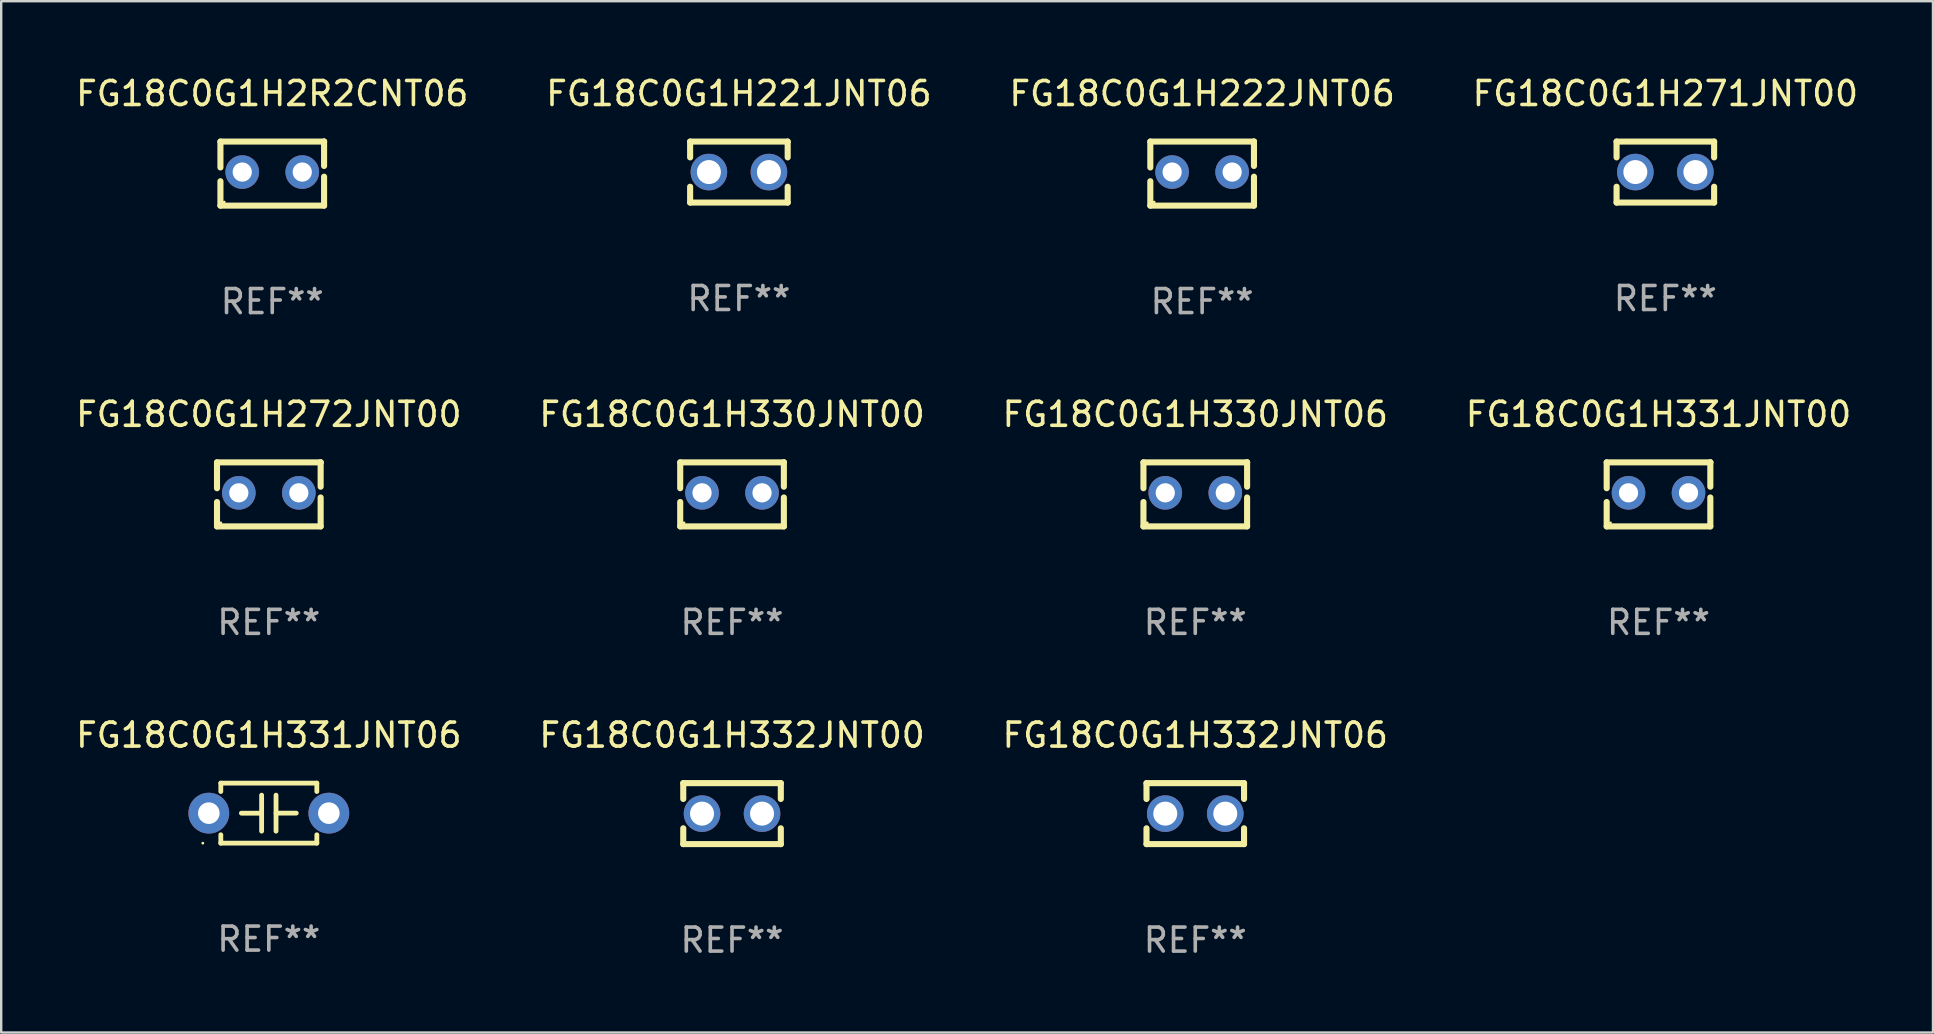
<source format=kicad_pcb>
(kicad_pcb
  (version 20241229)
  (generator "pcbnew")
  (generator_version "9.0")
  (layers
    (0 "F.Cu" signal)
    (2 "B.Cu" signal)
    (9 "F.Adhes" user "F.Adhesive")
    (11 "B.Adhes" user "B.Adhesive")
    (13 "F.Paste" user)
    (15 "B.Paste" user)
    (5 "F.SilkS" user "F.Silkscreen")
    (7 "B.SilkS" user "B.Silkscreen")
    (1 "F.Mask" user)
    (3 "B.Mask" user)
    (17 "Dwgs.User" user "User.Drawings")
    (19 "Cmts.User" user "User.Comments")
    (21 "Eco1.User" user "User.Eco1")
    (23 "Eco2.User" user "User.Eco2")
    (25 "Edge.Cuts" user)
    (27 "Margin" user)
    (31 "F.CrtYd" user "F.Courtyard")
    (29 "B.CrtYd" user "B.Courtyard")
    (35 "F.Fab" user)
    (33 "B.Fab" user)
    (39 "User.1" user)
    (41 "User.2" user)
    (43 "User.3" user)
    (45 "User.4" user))
  (footprint "FG18C0G1H330JNT06"
    (layer "F.Cu")
    (at 46.744 17.545)
    (property "Reference" "FG18C0G1H330JNT06" (at 0 -3.334 0) (layer "F.SilkS") (effects (font (size 1 1) (thickness 0.15))))
    (attr through_hole)
    (fp_line (start -2.159 -1.334) (end 2.159 -1.334) (stroke (width 0.254) (type solid)) (layer "F.SilkS"))
    (fp_line (start -2.159 -0.256) (end -2.159 -1.334) (stroke (width 0.254) (type solid)) (layer "F.SilkS"))
    (fp_line (start -2.159 1.334) (end -2.159 0.318) (stroke (width 0.254) (type solid)) (layer "F.SilkS"))
    (fp_line (start 2.159 -1.334) (end 2.159 -1.334) (stroke (width 0.254) (type solid)) (layer "F.SilkS"))
    (fp_line (start 2.159 -1.334) (end 2.159 -0.318) (stroke (width 0.254) (type solid)) (layer "F.SilkS"))
    (fp_line (start 2.159 0.129) (end 2.159 1.334) (stroke (width 0.254) (type solid)) (layer "F.SilkS"))
    (fp_line (start 2.159 1.334) (end -2.159 1.334) (stroke (width 0.254) (type solid)) (layer "F.SilkS"))
    (fp_circle (center -2 1.186) (end -1.97 1.186) (stroke (width 0.06) (type solid)) (fill no) (layer "F.SilkS"))
    (fp_text user "REF**" (at 0 5.334 0) (layer "F.Fab") (effects (font (size 1 1) (thickness 0.15))))
    (pad "1" thru_hole circle (at -1.25 -0.064) (size 1.4 1.4) (drill 0.8) (layers "*.Cu" "*.Mask"))
    (pad "2" thru_hole circle (at 1.25 -0.064) (size 1.4 1.4) (drill 0.8) (layers "*.Cu" "*.Mask")))
  (footprint "FG18C0G1H331JNT00"
    (layer "F.Cu")
    (at 66.042 17.545)
    (property "Reference" "FG18C0G1H331JNT00" (at 0 -3.334 0) (layer "F.SilkS") (effects (font (size 1 1) (thickness 0.15))))
    (attr through_hole)
    (fp_line (start -2.159 -1.334) (end 2.159 -1.334) (stroke (width 0.254) (type solid)) (layer "F.SilkS"))
    (fp_line (start -2.159 -0.256) (end -2.159 -1.334) (stroke (width 0.254) (type solid)) (layer "F.SilkS"))
    (fp_line (start -2.159 1.334) (end -2.159 0.318) (stroke (width 0.254) (type solid)) (layer "F.SilkS"))
    (fp_line (start 2.159 -1.334) (end 2.159 -1.334) (stroke (width 0.254) (type solid)) (layer "F.SilkS"))
    (fp_line (start 2.159 -1.334) (end 2.159 -0.318) (stroke (width 0.254) (type solid)) (layer "F.SilkS"))
    (fp_line (start 2.159 0.129) (end 2.159 1.334) (stroke (width 0.254) (type solid)) (layer "F.SilkS"))
    (fp_line (start 2.159 1.334) (end -2.159 1.334) (stroke (width 0.254) (type solid)) (layer "F.SilkS"))
    (fp_circle (center -2 1.186) (end -1.97 1.186) (stroke (width 0.06) (type solid)) (fill no) (layer "F.SilkS"))
    (fp_text user "REF**" (at 0 5.334 0) (layer "F.Fab") (effects (font (size 1 1) (thickness 0.15))))
    (pad "1" thru_hole circle (at -1.25 -0.064) (size 1.4 1.4) (drill 0.8) (layers "*.Cu" "*.Mask"))
    (pad "2" thru_hole circle (at 1.25 -0.064) (size 1.4 1.4) (drill 0.8) (layers "*.Cu" "*.Mask")))
  (footprint "FG18C0G1H272JNT00"
    (layer "F.Cu")
    (at 8.149 17.545)
    (property "Reference" "FG18C0G1H272JNT00" (at 0 -3.334 0) (layer "F.SilkS") (effects (font (size 1 1) (thickness 0.15))))
    (attr through_hole)
    (fp_line (start -2.159 -1.334) (end 2.159 -1.334) (stroke (width 0.254) (type solid)) (layer "F.SilkS"))
    (fp_line (start -2.159 -0.256) (end -2.159 -1.334) (stroke (width 0.254) (type solid)) (layer "F.SilkS"))
    (fp_line (start -2.159 1.334) (end -2.159 0.318) (stroke (width 0.254) (type solid)) (layer "F.SilkS"))
    (fp_line (start 2.159 -1.334) (end 2.159 -1.334) (stroke (width 0.254) (type solid)) (layer "F.SilkS"))
    (fp_line (start 2.159 -1.334) (end 2.159 -0.318) (stroke (width 0.254) (type solid)) (layer "F.SilkS"))
    (fp_line (start 2.159 0.129) (end 2.159 1.334) (stroke (width 0.254) (type solid)) (layer "F.SilkS"))
    (fp_line (start 2.159 1.334) (end -2.159 1.334) (stroke (width 0.254) (type solid)) (layer "F.SilkS"))
    (fp_circle (center -2 1.186) (end -1.97 1.186) (stroke (width 0.06) (type solid)) (fill no) (layer "F.SilkS"))
    (fp_text user "REF**" (at 0 5.334 0) (layer "F.Fab") (effects (font (size 1 1) (thickness 0.15))))
    (pad "1" thru_hole circle (at -1.25 -0.064) (size 1.4 1.4) (drill 0.8) (layers "*.Cu" "*.Mask"))
    (pad "2" thru_hole circle (at 1.25 -0.064) (size 1.4 1.4) (drill 0.8) (layers "*.Cu" "*.Mask")))
  (footprint "FG18C0G1H331JNT06"
    (layer "F.Cu")
    (at 8.149 30.825)
    (property "Reference" "FG18C0G1H331JNT06" (at 0 -3.25 0) (layer "F.SilkS") (effects (font (size 1 1) (thickness 0.15))))
    (attr through_hole)
    (fp_line (start -2 -1.25) (end -2 -0.901) (stroke (width 0.2) (type solid)) (layer "F.SilkS"))
    (fp_line (start -2 -1.25) (end 2 -1.25) (stroke (width 0.2) (type solid)) (layer "F.SilkS"))
    (fp_line (start -2 0.901) (end -2 1.25) (stroke (width 0.2) (type solid)) (layer "F.SilkS"))
    (fp_line (start -0.3 -0.75) (end -0.3 0.75) (stroke (width 0.2) (type solid)) (layer "F.SilkS"))
    (fp_line (start -0.3 0.001) (end -1.143 0.001) (stroke (width 0.2) (type solid)) (layer "F.SilkS"))
    (fp_line (start 0.3 -0.001) (end 1.143 -0.001) (stroke (width 0.2) (type solid)) (layer "F.SilkS"))
    (fp_line (start 0.3 0.75) (end 0.3 -0.75) (stroke (width 0.2) (type solid)) (layer "F.SilkS"))
    (fp_line (start 2 -1.25) (end 2 -0.901) (stroke (width 0.2) (type solid)) (layer "F.SilkS"))
    (fp_line (start 2 0.901) (end 2 1.25) (stroke (width 0.2) (type solid)) (layer "F.SilkS"))
    (fp_line (start 2 1.25) (end -2 1.25) (stroke (width 0.2) (type solid)) (layer "F.SilkS"))
    (fp_circle (center -2.75 1.25) (end -2.72 1.25) (stroke (width 0.06) (type solid)) (fill no) (layer "F.SilkS"))
    (fp_text user "REF**" (at 0 5.25 0) (layer "F.Fab") (effects (font (size 1 1) (thickness 0.15))))
    (pad "1" thru_hole circle (at -2.5 0) (size 1.7 1.7) (drill 0.9) (layers "*.Cu" "*.Mask"))
    (pad "2" thru_hole circle (at 2.5 0) (size 1.7 1.7) (drill 0.9) (layers "*.Cu" "*.Mask")))
  (footprint "FG18C0G1H221JNT06"
    (layer "F.Cu")
    (at 27.732 4.118)
    (property "Reference" "FG18C0G1H221JNT06" (at 0 -3.27 0) (layer "F.SilkS") (effects (font (size 1 1) (thickness 0.15))))
    (attr through_hole)
    (fp_line (start -2.032 -1.27) (end -2.032 -0.611) (stroke (width 0.254) (type solid)) (layer "F.SilkS"))
    (fp_line (start -2.032 0.611) (end -2.032 1.27) (stroke (width 0.254) (type solid)) (layer "F.SilkS"))
    (fp_line (start -2.032 1.27) (end 2.032 1.27) (stroke (width 0.254) (type solid)) (layer "F.SilkS"))
    (fp_line (start 2.032 -1.27) (end -2.032 -1.27) (stroke (width 0.254) (type solid)) (layer "F.SilkS"))
    (fp_line (start 2.032 -0.611) (end 2.032 -1.27) (stroke (width 0.254) (type solid)) (layer "F.SilkS"))
    (fp_line (start 2.032 1.27) (end 2.032 0.611) (stroke (width 0.254) (type solid)) (layer "F.SilkS"))
    (fp_circle (center -2 1.25) (end -1.97 1.25) (stroke (width 0.06) (type solid)) (fill no) (layer "F.SilkS"))
    (fp_text user "REF**" (at 0 5.27 0) (layer "F.Fab") (effects (font (size 1 1) (thickness 0.15))))
    (pad "1" thru_hole circle (at -1.25 0) (size 1.524 1.524) (drill 1) (layers "*.Cu" "*.Mask"))
    (pad "2" thru_hole circle (at 1.25 0) (size 1.524 1.524) (drill 1) (layers "*.Cu" "*.Mask")))
  (footprint "FG18C0G1H332JNT00"
    (layer "F.Cu")
    (at 27.446 30.845)
    (property "Reference" "FG18C0G1H332JNT00" (at 0 -3.27 0) (layer "F.SilkS") (effects (font (size 1 1) (thickness 0.15))))
    (attr through_hole)
    (fp_line (start -2.032 -1.27) (end -2.032 -0.611) (stroke (width 0.254) (type solid)) (layer "F.SilkS"))
    (fp_line (start -2.032 0.611) (end -2.032 1.27) (stroke (width 0.254) (type solid)) (layer "F.SilkS"))
    (fp_line (start -2.032 1.27) (end 2.032 1.27) (stroke (width 0.254) (type solid)) (layer "F.SilkS"))
    (fp_line (start 2.032 -1.27) (end -2.032 -1.27) (stroke (width 0.254) (type solid)) (layer "F.SilkS"))
    (fp_line (start 2.032 -0.611) (end 2.032 -1.27) (stroke (width 0.254) (type solid)) (layer "F.SilkS"))
    (fp_line (start 2.032 1.27) (end 2.032 0.611) (stroke (width 0.254) (type solid)) (layer "F.SilkS"))
    (fp_circle (center -2 1.25) (end -1.97 1.25) (stroke (width 0.06) (type solid)) (fill no) (layer "F.SilkS"))
    (fp_text user "REF**" (at 0 5.27 0) (layer "F.Fab") (effects (font (size 1 1) (thickness 0.15))))
    (pad "1" thru_hole circle (at -1.25 0) (size 1.524 1.524) (drill 1) (layers "*.Cu" "*.Mask"))
    (pad "2" thru_hole circle (at 1.25 0) (size 1.524 1.524) (drill 1) (layers "*.Cu" "*.Mask")))
  (footprint "FG18C0G1H330JNT00"
    (layer "F.Cu")
    (at 27.446 17.545)
    (property "Reference" "FG18C0G1H330JNT00" (at 0 -3.334 0) (layer "F.SilkS") (effects (font (size 1 1) (thickness 0.15))))
    (attr through_hole)
    (fp_line (start -2.159 -1.334) (end 2.159 -1.334) (stroke (width 0.254) (type solid)) (layer "F.SilkS"))
    (fp_line (start -2.159 -0.256) (end -2.159 -1.334) (stroke (width 0.254) (type solid)) (layer "F.SilkS"))
    (fp_line (start -2.159 1.334) (end -2.159 0.318) (stroke (width 0.254) (type solid)) (layer "F.SilkS"))
    (fp_line (start 2.159 -1.334) (end 2.159 -1.334) (stroke (width 0.254) (type solid)) (layer "F.SilkS"))
    (fp_line (start 2.159 -1.334) (end 2.159 -0.318) (stroke (width 0.254) (type solid)) (layer "F.SilkS"))
    (fp_line (start 2.159 0.129) (end 2.159 1.334) (stroke (width 0.254) (type solid)) (layer "F.SilkS"))
    (fp_line (start 2.159 1.334) (end -2.159 1.334) (stroke (width 0.254) (type solid)) (layer "F.SilkS"))
    (fp_circle (center -2 1.186) (end -1.97 1.186) (stroke (width 0.06) (type solid)) (fill no) (layer "F.SilkS"))
    (fp_text user "REF**" (at 0 5.334 0) (layer "F.Fab") (effects (font (size 1 1) (thickness 0.15))))
    (pad "1" thru_hole circle (at -1.25 -0.064) (size 1.4 1.4) (drill 0.8) (layers "*.Cu" "*.Mask"))
    (pad "2" thru_hole circle (at 1.25 -0.064) (size 1.4 1.4) (drill 0.8) (layers "*.Cu" "*.Mask")))
  (footprint "FG18C0G1H2R2CNT06"
    (layer "F.Cu")
    (at 8.292 4.182)
    (property "Reference" "FG18C0G1H2R2CNT06" (at 0 -3.334 0) (layer "F.SilkS") (effects (font (size 1 1) (thickness 0.15))))
    (attr through_hole)
    (fp_line (start -2.159 -1.334) (end 2.159 -1.334) (stroke (width 0.254) (type solid)) (layer "F.SilkS"))
    (fp_line (start -2.159 -0.256) (end -2.159 -1.334) (stroke (width 0.254) (type solid)) (layer "F.SilkS"))
    (fp_line (start -2.159 1.334) (end -2.159 0.318) (stroke (width 0.254) (type solid)) (layer "F.SilkS"))
    (fp_line (start 2.159 -1.334) (end 2.159 -1.334) (stroke (width 0.254) (type solid)) (layer "F.SilkS"))
    (fp_line (start 2.159 -1.334) (end 2.159 -0.318) (stroke (width 0.254) (type solid)) (layer "F.SilkS"))
    (fp_line (start 2.159 0.129) (end 2.159 1.334) (stroke (width 0.254) (type solid)) (layer "F.SilkS"))
    (fp_line (start 2.159 1.334) (end -2.159 1.334) (stroke (width 0.254) (type solid)) (layer "F.SilkS"))
    (fp_circle (center -2 1.186) (end -1.97 1.186) (stroke (width 0.06) (type solid)) (fill no) (layer "F.SilkS"))
    (fp_text user "REF**" (at 0 5.334 0) (layer "F.Fab") (effects (font (size 1 1) (thickness 0.15))))
    (pad "1" thru_hole circle (at -1.25 -0.064) (size 1.4 1.4) (drill 0.8) (layers "*.Cu" "*.Mask"))
    (pad "2" thru_hole circle (at 1.25 -0.064) (size 1.4 1.4) (drill 0.8) (layers "*.Cu" "*.Mask")))
  (footprint "FG18C0G1H222JNT06"
    (layer "F.Cu")
    (at 47.03 4.182)
    (property "Reference" "FG18C0G1H222JNT06" (at 0 -3.334 0) (layer "F.SilkS") (effects (font (size 1 1) (thickness 0.15))))
    (attr through_hole)
    (fp_line (start -2.159 -1.334) (end 2.159 -1.334) (stroke (width 0.254) (type solid)) (layer "F.SilkS"))
    (fp_line (start -2.159 -0.256) (end -2.159 -1.334) (stroke (width 0.254) (type solid)) (layer "F.SilkS"))
    (fp_line (start -2.159 1.334) (end -2.159 0.318) (stroke (width 0.254) (type solid)) (layer "F.SilkS"))
    (fp_line (start 2.159 -1.334) (end 2.159 -1.334) (stroke (width 0.254) (type solid)) (layer "F.SilkS"))
    (fp_line (start 2.159 -1.334) (end 2.159 -0.318) (stroke (width 0.254) (type solid)) (layer "F.SilkS"))
    (fp_line (start 2.159 0.129) (end 2.159 1.334) (stroke (width 0.254) (type solid)) (layer "F.SilkS"))
    (fp_line (start 2.159 1.334) (end -2.159 1.334) (stroke (width 0.254) (type solid)) (layer "F.SilkS"))
    (fp_circle (center -2 1.186) (end -1.97 1.186) (stroke (width 0.06) (type solid)) (fill no) (layer "F.SilkS"))
    (fp_text user "REF**" (at 0 5.334 0) (layer "F.Fab") (effects (font (size 1 1) (thickness 0.15))))
    (pad "1" thru_hole circle (at -1.25 -0.064) (size 1.4 1.4) (drill 0.8) (layers "*.Cu" "*.Mask"))
    (pad "2" thru_hole circle (at 1.25 -0.064) (size 1.4 1.4) (drill 0.8) (layers "*.Cu" "*.Mask")))
  (footprint "FG18C0G1H332JNT06"
    (layer "F.Cu")
    (at 46.744 30.845)
    (property "Reference" "FG18C0G1H332JNT06" (at 0 -3.27 0) (layer "F.SilkS") (effects (font (size 1 1) (thickness 0.15))))
    (attr through_hole)
    (fp_line (start -2.032 -1.27) (end -2.032 -0.611) (stroke (width 0.254) (type solid)) (layer "F.SilkS"))
    (fp_line (start -2.032 0.611) (end -2.032 1.27) (stroke (width 0.254) (type solid)) (layer "F.SilkS"))
    (fp_line (start -2.032 1.27) (end 2.032 1.27) (stroke (width 0.254) (type solid)) (layer "F.SilkS"))
    (fp_line (start 2.032 -1.27) (end -2.032 -1.27) (stroke (width 0.254) (type solid)) (layer "F.SilkS"))
    (fp_line (start 2.032 -0.611) (end 2.032 -1.27) (stroke (width 0.254) (type solid)) (layer "F.SilkS"))
    (fp_line (start 2.032 1.27) (end 2.032 0.611) (stroke (width 0.254) (type solid)) (layer "F.SilkS"))
    (fp_circle (center -2 1.25) (end -1.97 1.25) (stroke (width 0.06) (type solid)) (fill no) (layer "F.SilkS"))
    (fp_text user "REF**" (at 0 5.27 0) (layer "F.Fab") (effects (font (size 1 1) (thickness 0.15))))
    (pad "1" thru_hole circle (at -1.25 0) (size 1.524 1.524) (drill 1) (layers "*.Cu" "*.Mask"))
    (pad "2" thru_hole circle (at 1.25 0) (size 1.524 1.524) (drill 1) (layers "*.Cu" "*.Mask")))
  (footprint "FG18C0G1H271JNT00"
    (layer "F.Cu")
    (at 66.327 4.118)
    (property "Reference" "FG18C0G1H271JNT00" (at 0 -3.27 0) (layer "F.SilkS") (effects (font (size 1 1) (thickness 0.15))))
    (attr through_hole)
    (fp_line (start -2.032 -1.27) (end -2.032 -0.611) (stroke (width 0.254) (type solid)) (layer "F.SilkS"))
    (fp_line (start -2.032 0.611) (end -2.032 1.27) (stroke (width 0.254) (type solid)) (layer "F.SilkS"))
    (fp_line (start -2.032 1.27) (end 2.032 1.27) (stroke (width 0.254) (type solid)) (layer "F.SilkS"))
    (fp_line (start 2.032 -1.27) (end -2.032 -1.27) (stroke (width 0.254) (type solid)) (layer "F.SilkS"))
    (fp_line (start 2.032 -0.611) (end 2.032 -1.27) (stroke (width 0.254) (type solid)) (layer "F.SilkS"))
    (fp_line (start 2.032 1.27) (end 2.032 0.611) (stroke (width 0.254) (type solid)) (layer "F.SilkS"))
    (fp_circle (center -2 1.25) (end -1.97 1.25) (stroke (width 0.06) (type solid)) (fill no) (layer "F.SilkS"))
    (fp_text user "REF**" (at 0 5.27 0) (layer "F.Fab") (effects (font (size 1 1) (thickness 0.15))))
    (pad "1" thru_hole circle (at -1.25 0) (size 1.524 1.524) (drill 1) (layers "*.Cu" "*.Mask"))
    (pad "2" thru_hole circle (at 1.25 0) (size 1.524 1.524) (drill 1) (layers "*.Cu" "*.Mask")))
  (gr_rect
    (start -3 -3)
    (end 77.476 39.964)
    (stroke (width 0.1) (type default))
    (fill no)
    (layer "Edge.Cuts")))
</source>
